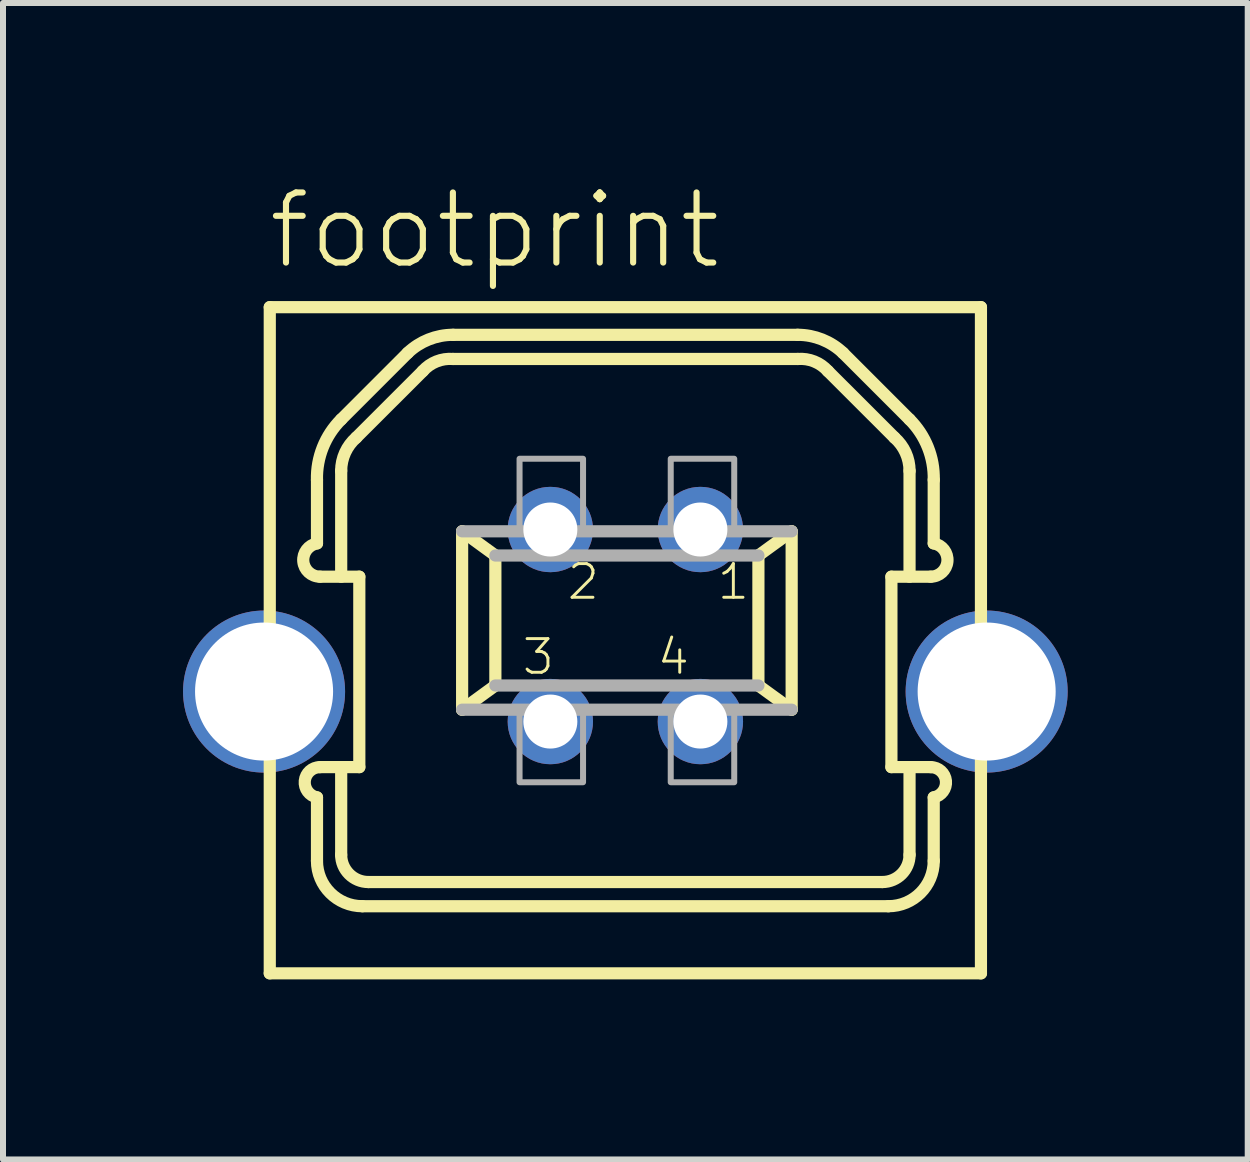
<source format=kicad_pcb>
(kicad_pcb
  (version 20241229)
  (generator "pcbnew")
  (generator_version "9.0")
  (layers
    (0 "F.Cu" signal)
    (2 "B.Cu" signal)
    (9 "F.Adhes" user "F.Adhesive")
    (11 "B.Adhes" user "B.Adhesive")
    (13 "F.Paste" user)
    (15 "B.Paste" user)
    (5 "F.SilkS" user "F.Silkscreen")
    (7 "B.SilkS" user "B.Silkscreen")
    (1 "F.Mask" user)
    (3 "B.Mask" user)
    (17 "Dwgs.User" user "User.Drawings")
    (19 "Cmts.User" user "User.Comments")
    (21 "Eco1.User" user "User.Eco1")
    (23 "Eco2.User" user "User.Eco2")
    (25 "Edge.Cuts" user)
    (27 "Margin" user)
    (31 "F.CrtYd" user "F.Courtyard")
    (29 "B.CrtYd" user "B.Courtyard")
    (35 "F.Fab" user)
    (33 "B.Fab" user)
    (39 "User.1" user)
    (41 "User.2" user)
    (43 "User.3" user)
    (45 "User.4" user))
  (footprint "footprint"
    (layer "F.Cu")
    (at 7.37 8.473)
    (property "Reference" "footprint" (at -6 -7 0) (layer "F.SilkS") (effects (font (size 1.168 1.168) (thickness 0.102)) (justify left bottom)))
    (fp_line (start -5.925 -6.405) (end 5.925 -6.405) (stroke (width 0.203) (type solid)) (layer "F.SilkS"))
    (fp_line (start -5.925 4.695) (end -5.925 -6.405) (stroke (width 0.203) (type solid)) (layer "F.SilkS"))
    (fp_line (start -5.925 4.695) (end 5.925 4.695) (stroke (width 0.203) (type solid)) (layer "F.SilkS"))
    (fp_line (start -5.138 -3.526) (end -5.138 -2.469) (stroke (width 0.203) (type solid)) (layer "F.SilkS"))
    (fp_line (start -5.138 1.763) (end -5.138 2.821) (stroke (width 0.203) (type solid)) (layer "F.SilkS"))
    (fp_line (start -4.786 -1.914) (end -5.088 -1.914) (stroke (width 0.203) (type solid)) (layer "F.SilkS"))
    (fp_line (start -4.735 -1.914) (end -4.735 -3.678) (stroke (width 0.203) (type solid)) (layer "F.SilkS"))
    (fp_line (start -4.735 -1.914) (end -4.433 -1.914) (stroke (width 0.203) (type solid)) (layer "F.SilkS"))
    (fp_line (start -4.735 2.72) (end -4.735 1.31) (stroke (width 0.203) (type solid)) (layer "F.SilkS"))
    (fp_line (start -4.484 -4.232) (end -3.375 -5.34) (stroke (width 0.203) (type solid)) (layer "F.SilkS"))
    (fp_line (start -4.433 -1.914) (end -4.433 1.259) (stroke (width 0.203) (type solid)) (layer "F.SilkS"))
    (fp_line (start -4.433 1.259) (end -5.088 1.259) (stroke (width 0.203) (type solid)) (layer "F.SilkS"))
    (fp_line (start -4.383 3.577) (end 4.383 3.577) (stroke (width 0.203) (type solid)) (layer "F.SilkS"))
    (fp_line (start -3.627 -5.642) (end -4.735 -4.534) (stroke (width 0.203) (type solid)) (layer "F.SilkS"))
    (fp_line (start -2.872 -5.542) (end 2.872 -5.542) (stroke (width 0.203) (type solid)) (layer "F.SilkS"))
    (fp_line (start -2.72 -2.67) (end -2.166 -2.267) (stroke (width 0.203) (type solid)) (layer "F.SilkS"))
    (fp_line (start -2.72 0.302) (end -2.72 -2.67) (stroke (width 0.203) (type solid)) (layer "F.SilkS"))
    (fp_line (start -2.72 0.302) (end -2.166 -0.101) (stroke (width 0.203) (type solid)) (layer "F.SilkS"))
    (fp_line (start -2.166 -0.101) (end -2.166 -2.267) (stroke (width 0.203) (type solid)) (layer "F.SilkS"))
    (fp_line (start 2.217 -2.267) (end 2.217 -0.101) (stroke (width 0.203) (type solid)) (layer "F.SilkS"))
    (fp_line (start 2.771 -2.67) (end 2.217 -2.267) (stroke (width 0.203) (type solid)) (layer "F.SilkS"))
    (fp_line (start 2.771 -2.67) (end 2.771 0.302) (stroke (width 0.203) (type solid)) (layer "F.SilkS"))
    (fp_line (start 2.771 0.302) (end 2.217 -0.101) (stroke (width 0.203) (type solid)) (layer "F.SilkS"))
    (fp_line (start 2.872 -5.944) (end -2.872 -5.944) (stroke (width 0.203) (type solid)) (layer "F.SilkS"))
    (fp_line (start 3.627 -5.642) (end 4.735 -4.534) (stroke (width 0.203) (type solid)) (layer "F.SilkS"))
    (fp_line (start 4.282 3.174) (end -4.282 3.174) (stroke (width 0.203) (type solid)) (layer "F.SilkS"))
    (fp_line (start 4.433 -1.914) (end 4.433 1.259) (stroke (width 0.203) (type solid)) (layer "F.SilkS"))
    (fp_line (start 4.433 1.259) (end 5.088 1.259) (stroke (width 0.203) (type solid)) (layer "F.SilkS"))
    (fp_line (start 4.484 -4.232) (end 3.375 -5.34) (stroke (width 0.203) (type solid)) (layer "F.SilkS"))
    (fp_line (start 4.735 -1.914) (end 4.433 -1.914) (stroke (width 0.203) (type solid)) (layer "F.SilkS"))
    (fp_line (start 4.735 -1.914) (end 4.735 -3.678) (stroke (width 0.203) (type solid)) (layer "F.SilkS"))
    (fp_line (start 4.735 2.72) (end 4.735 1.31) (stroke (width 0.203) (type solid)) (layer "F.SilkS"))
    (fp_line (start 4.786 -1.914) (end 5.088 -1.914) (stroke (width 0.203) (type solid)) (layer "F.SilkS"))
    (fp_line (start 5.138 -3.526) (end 5.138 -2.469) (stroke (width 0.203) (type solid)) (layer "F.SilkS"))
    (fp_line (start 5.138 1.763) (end 5.138 2.821) (stroke (width 0.203) (type solid)) (layer "F.SilkS"))
    (fp_line (start 5.925 -6.405) (end 5.925 4.695) (stroke (width 0.203) (type solid)) (layer "F.SilkS"))
    (fp_arc (start -5.1385 -3.5264) (mid -5.040322 -4.071509) (end -4.7354 -4.5339) (stroke (width 0.2032) (type solid)) (layer "F.SilkS"))
    (fp_arc (start -5.1385 1.7632) (mid -5.341257 1.488495) (end -5.0881 1.2594) (stroke (width 0.2032) (type solid)) (layer "F.SilkS"))
    (fp_arc (start -5.0881 -1.9143) (mid -5.366343 -2.168387) (end -5.1385 -2.468499) (stroke (width 0.2032) (type solid)) (layer "F.SilkS"))
    (fp_arc (start -4.7354 -3.6775) (mid -4.669497 -3.98186) (end -4.483599 -4.2317) (stroke (width 0.2032) (type solid)) (layer "F.SilkS"))
    (fp_arc (start -4.3828 3.5768) (mid -4.917161 3.355461) (end -5.1385 2.8211) (stroke (width 0.2032) (type solid)) (layer "F.SilkS"))
    (fp_arc (start -4.282 3.1738) (mid -4.602602 3.041002) (end -4.7354 2.7204) (stroke (width 0.2032) (type solid)) (layer "F.SilkS"))
    (fp_arc (start -3.627101 -5.6422) (mid -3.278414 -5.866119) (end -2.8715 -5.9445) (stroke (width 0.2032) (type solid)) (layer "F.SilkS"))
    (fp_arc (start -3.3753 -5.34) (mid -3.147173 -5.500189) (end -2.8715 -5.5415) (stroke (width 0.2032) (type solid)) (layer "F.SilkS"))
    (fp_arc (start 2.8715 -5.9445) (mid 3.278414 -5.866118) (end 3.627101 -5.6422) (stroke (width 0.2032) (type solid)) (layer "F.SilkS"))
    (fp_arc (start 2.8715 -5.5415) (mid 3.147173 -5.500189) (end 3.3753 -5.34) (stroke (width 0.2032) (type solid)) (layer "F.SilkS"))
    (fp_arc (start 4.483599 -4.2317) (mid 4.669497 -3.98186) (end 4.7354 -3.6775) (stroke (width 0.2032) (type solid)) (layer "F.SilkS"))
    (fp_arc (start 4.7354 -4.5339) (mid 5.040322 -4.071509) (end 5.1385 -3.5264) (stroke (width 0.2032) (type solid)) (layer "F.SilkS"))
    (fp_arc (start 4.7354 2.7204) (mid 4.602602 3.041002) (end 4.282 3.1738) (stroke (width 0.2032) (type solid)) (layer "F.SilkS"))
    (fp_arc (start 5.0881 1.2594) (mid 5.341257 1.488495) (end 5.1385 1.7632) (stroke (width 0.2032) (type solid)) (layer "F.SilkS"))
    (fp_arc (start 5.1385 -2.468499) (mid 5.366343 -2.168387) (end 5.0881 -1.9143) (stroke (width 0.2032) (type solid)) (layer "F.SilkS"))
    (fp_arc (start 5.1385 2.8211) (mid 4.917161 3.355461) (end 4.3828 3.5768) (stroke (width 0.2032) (type solid)) (layer "F.SilkS"))
    (fp_line (start -2.72 -2.67) (end 2.771 -2.67) (stroke (width 0.203) (type solid)) (layer "F.Fab"))
    (fp_line (start -2.166 -2.267) (end 2.217 -2.267) (stroke (width 0.203) (type solid)) (layer "F.Fab"))
    (fp_line (start 2.217 -0.101) (end -2.166 -0.101) (stroke (width 0.203) (type solid)) (layer "F.Fab"))
    (fp_line (start 2.771 0.302) (end -2.72 0.302) (stroke (width 0.203) (type solid)) (layer "F.Fab"))
    (fp_poly (pts (xy -1.763 -2.67) (xy -0.705 -2.67) (xy -0.705 -3.879) (xy -1.763 -3.879)) (stroke (width 0.1) (type solid)) (fill no) (layer "F.Fab"))
    (fp_poly (pts (xy -1.763 1.511) (xy -0.705 1.511) (xy -0.705 0.302) (xy -1.763 0.302)) (stroke (width 0.1) (type solid)) (fill no) (layer "F.Fab"))
    (fp_poly (pts (xy 0.756 -2.67) (xy 1.814 -2.67) (xy 1.814 -3.879) (xy 0.756 -3.879)) (stroke (width 0.1) (type solid)) (fill no) (layer "F.Fab"))
    (fp_poly (pts (xy 0.756 1.511) (xy 1.814 1.511) (xy 1.814 0.302) (xy 0.756 0.302)) (stroke (width 0.1) (type solid)) (fill no) (layer "F.Fab"))
    (fp_text user "3" (at -1.75 -0.25 0) (layer "F.SilkS") (effects (font (size 0.561 0.561) (thickness 0.049)) (justify left bottom)))
    (fp_text user "2" (at -1 -1.5 0) (layer "F.SilkS") (effects (font (size 0.561 0.561) (thickness 0.049)) (justify left bottom)))
    (fp_text user "1" (at 1.5 -1.5 0) (layer "F.SilkS") (effects (font (size 0.561 0.561) (thickness 0.049)) (justify left bottom)))
    (fp_text user "4" (at 0.5 -0.25 0) (layer "F.SilkS") (effects (font (size 0.561 0.561) (thickness 0.049)) (justify left bottom)))
    (pad "1" thru_hole circle (at 1.25 -2.7) (size 1.422 1.422) (drill 0.9) (layers "*.Cu" "*.Mask"))
    (pad "2" thru_hole circle (at -1.25 -2.7) (size 1.422 1.422) (drill 0.9) (layers "*.Cu" "*.Mask"))
    (pad "3" thru_hole circle (at -1.25 0.5) (size 1.422 1.422) (drill 0.9) (layers "*.Cu" "*.Mask"))
    (pad "4" thru_hole circle (at 1.25 0.5) (size 1.422 1.422) (drill 0.9) (layers "*.Cu" "*.Mask"))
    (pad "M1" thru_hole circle (at -6.02 0) (size 2.7 2.7) (drill 2.3) (layers "*.Cu" "*.Mask"))
    (pad "M2" thru_hole circle (at 6.02 0) (size 2.7 2.7) (drill 2.3) (layers "*.Cu" "*.Mask")))
  (gr_rect
    (start -3 -3)
    (end 17.74 16.27)
    (stroke (width 0.1) (type default))
    (fill no)
    (layer "Edge.Cuts")))
</source>
